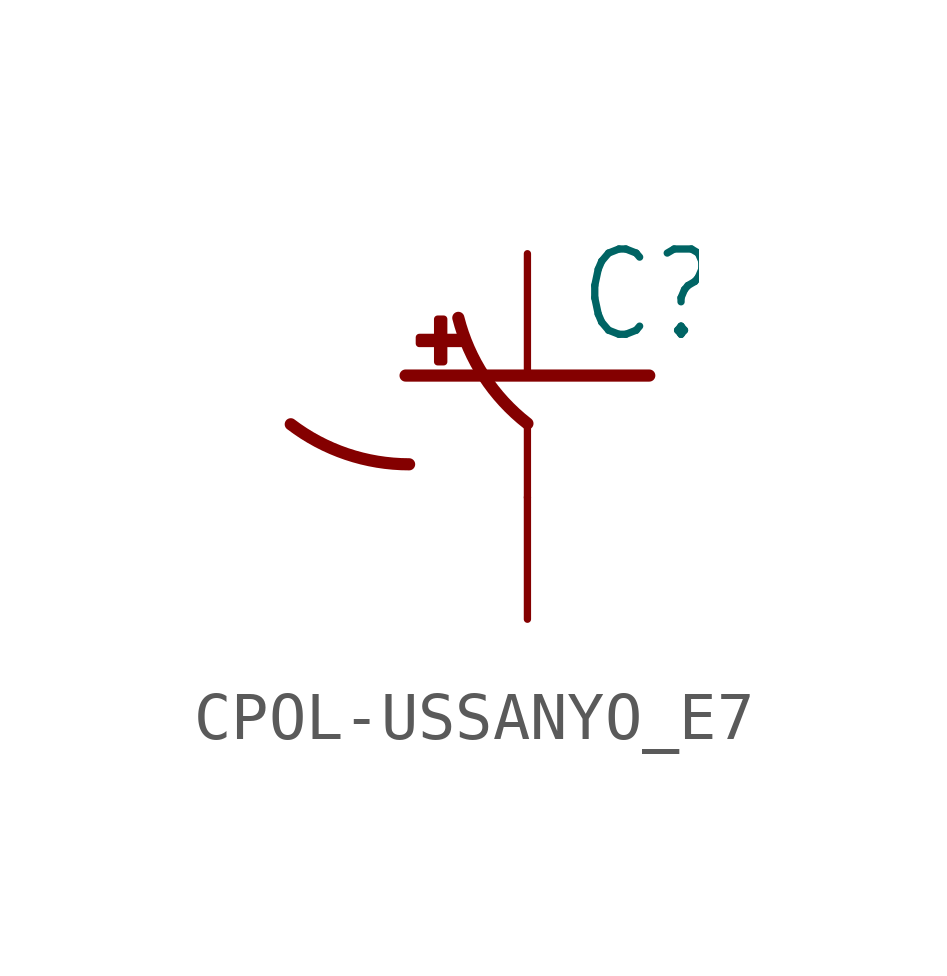
<source format=kicad_sym>
(kicad_symbol_lib
  (version 20241209)
  (generator "kicad_symbol_editor")
  (generator_version "9.0")
  (symbol "CPOL-USSANYO_E7"
    (property "Reference" "C"
      (at 1.016 0.635 0)
      (effects (font (size 1.778 1.511)) (justify left bottom)))
    (property "Value" ""
      (at 1.016 -4.191 0)
      (effects (font (size 1.778 1.511)) (justify left bottom)))
    (property "ki_locked" ""
      (at 0 0 0)
      (effects (font (size 1.27 1.27))))
    (symbol "CPOL-USSANYO_E7_1_0"
      (polyline (pts (xy -2.54 0) (xy 2.54 0)) (stroke (width 0.254) (type solid)) (fill (type none)))
      (arc (start -2.4669 -1.8504) (mid -3.7689 -1.6361) (end -4.9337 -1.0159) (stroke (width 0.254) (type solid)) (fill (type none)))
      (rectangle (start -2.253 0.668) (end -1.364 0.795) (stroke (width 0) (type default)) (fill (type outline)))
      (rectangle (start -1.872 0.287) (end -1.745 1.176) (stroke (width 0) (type default)) (fill (type outline)))
      (polyline (pts (xy 0 -1.016) (xy 0 -2.54)) (stroke (width 0.152) (type solid)) (fill (type none)))
      (arc (start 0 -1) (mid -0.9038 -0.0189) (end -1.4403 1.2025) (stroke (width 0.254) (type solid)) (fill (type none)))
      (pin passive line (at 0 2.54 270) (length 2.54) (name "+" (effects (font (size 0 0)))) (number "+" (effects (font (size 0 0)))))
      (pin passive line (at 0 -5.08 90) (length 2.54) (name "-" (effects (font (size 0 0)))) (number "-" (effects (font (size 0 0))))))))
</source>
